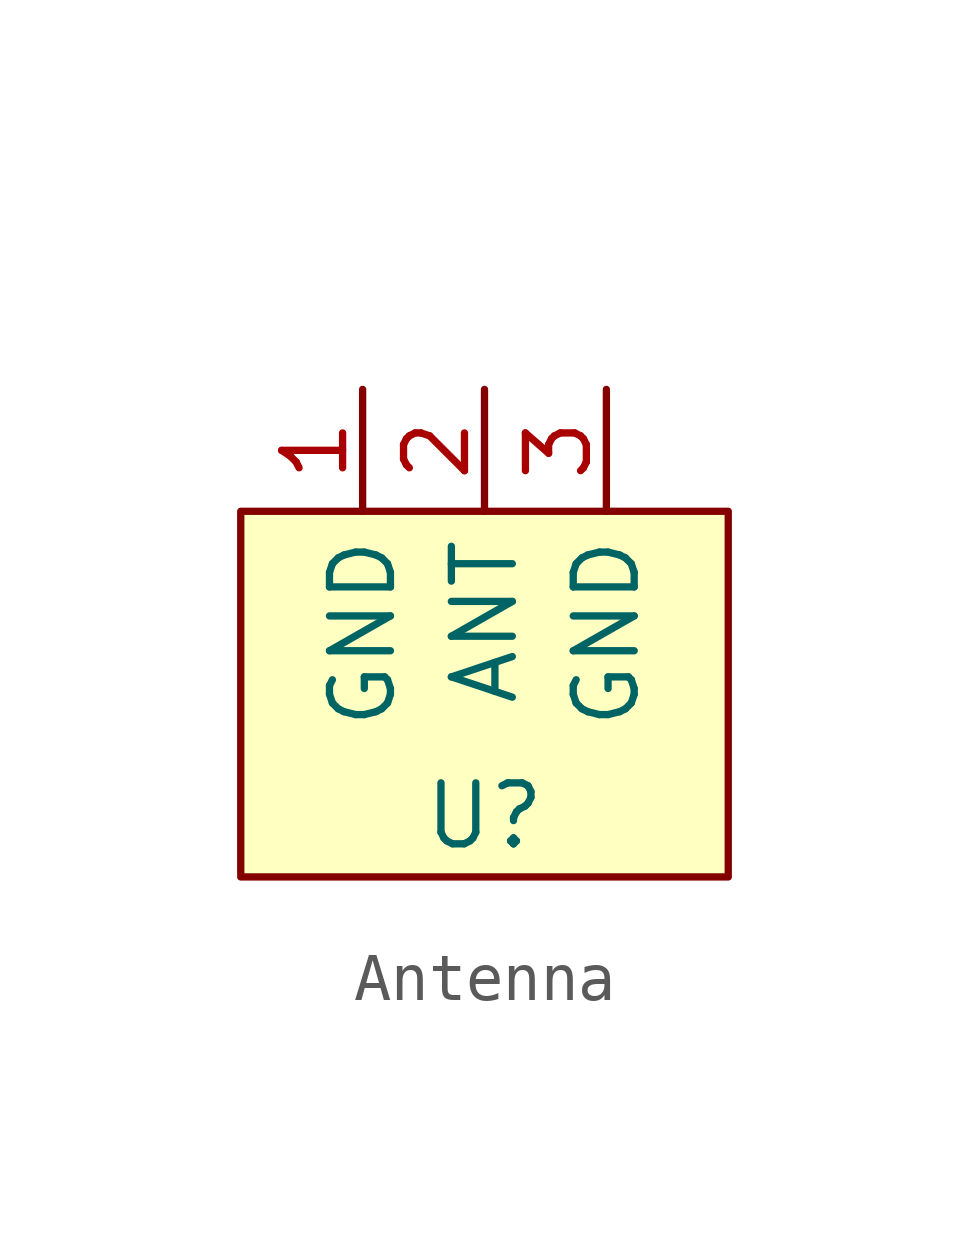
<source format=kicad_sym>
(kicad_symbol_lib
  (version 20220914)
  (generator kicad_symbol_editor)
  (symbol "Antenna"
    (property "Reference" "U"
      (at 0 -11.43 0)
      (effects (font (size 1.27 1.27))))
    (property "Value" ""
      (at 0 0 0)
      (effects (font (size 1.27 1.27))))
    (symbol "Antenna_1_1"
      (rectangle (start -5.08 -5.08) (end 5.08 -12.7) (stroke (width 0) (type default)) (fill (type background)))
      (pin unspecified line (at -2.54 -2.54 270) (length 2.54) (name "GND" (effects (font (size 1.27 1.27)))) (number "1" (effects (font (size 1.27 1.27)))))
      (pin unspecified line (at 0 -2.54 270) (length 2.54) (name "ANT" (effects (font (size 1.27 1.27)))) (number "2" (effects (font (size 1.27 1.27)))))
      (pin unspecified line (at 2.54 -2.54 270) (length 2.54) (name "GND" (effects (font (size 1.27 1.27)))) (number "3" (effects (font (size 1.27 1.27))))))))
</source>
